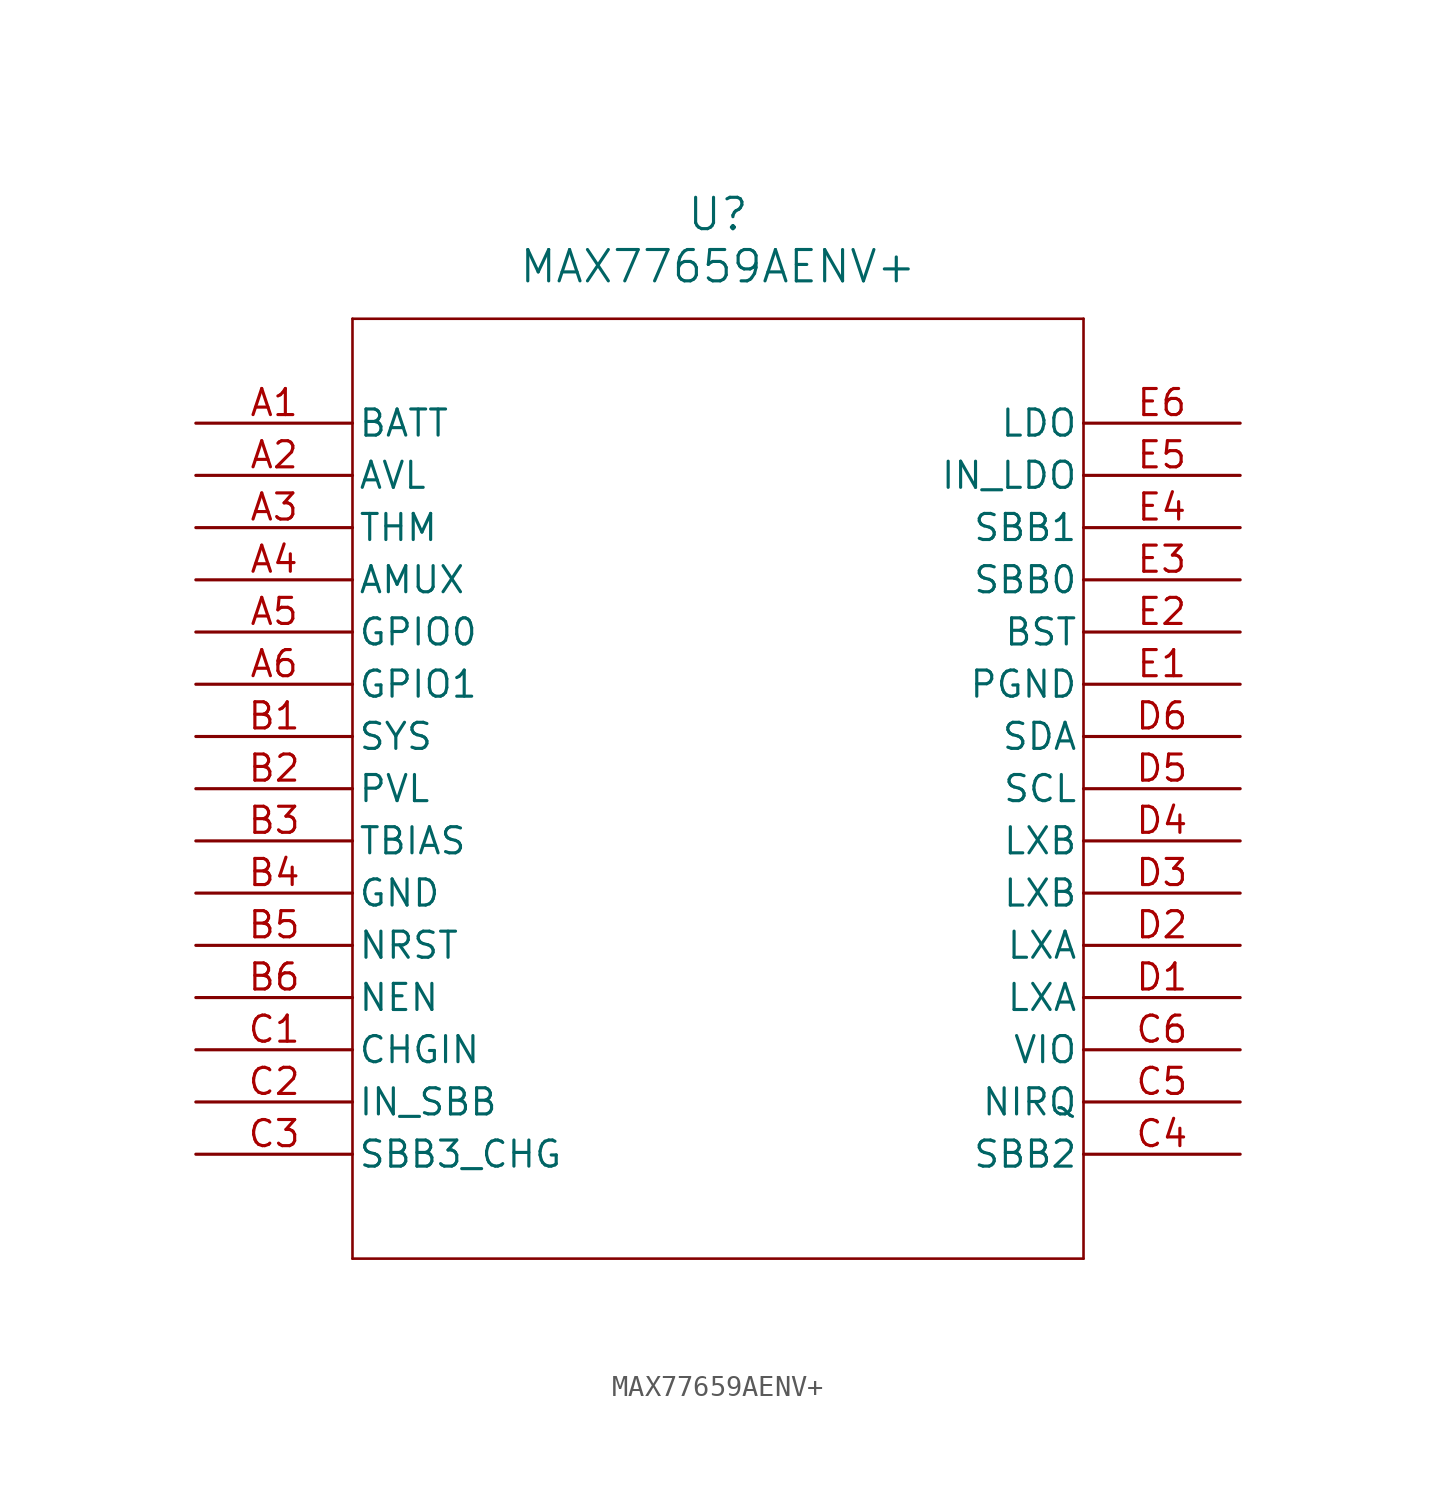
<source format=kicad_sym>
(kicad_symbol_lib
  (version 20211014)
  (generator kicad_symbol_editor)
  (symbol "MAX77659AENV+"
    (pin_names
      (offset 0.254))
    (property "Reference" "U"
      (at 25.4 10.16 0)
      (effects (font (size 1.524 1.524))))
    (property "Value" "MAX77659AENV+"
      (at 25.4 7.62 0)
      (effects (font (size 1.524 1.524))))
    (symbol "MAX77659AENV+_0_1"
      (polyline (pts (xy 7.62 5.08) (xy 7.62 -40.64)) (stroke (width 0.127) (type default) (color 0 0 0 0)) (fill (type none)))
      (polyline (pts (xy 7.62 -40.64) (xy 43.18 -40.64)) (stroke (width 0.127) (type default) (color 0 0 0 0)) (fill (type none)))
      (polyline (pts (xy 43.18 -40.64) (xy 43.18 5.08)) (stroke (width 0.127) (type default) (color 0 0 0 0)) (fill (type none)))
      (polyline (pts (xy 43.18 5.08) (xy 7.62 5.08)) (stroke (width 0.127) (type default) (color 0 0 0 0)) (fill (type none)))
      (pin power_in line (at 0 0 0) (length 7.62) (name "BATT" (effects (font (size 1.27 1.27)))) (number "A1" (effects (font (size 1.27 1.27)))))
      (pin power_in line (at 0 -2.54 0) (length 7.62) (name "AVL" (effects (font (size 1.27 1.27)))) (number "A2" (effects (font (size 1.27 1.27)))))
      (pin input line (at 0 -5.08 0) (length 7.62) (name "THM" (effects (font (size 1.27 1.27)))) (number "A3" (effects (font (size 1.27 1.27)))))
      (pin output line (at 0 -7.62 0) (length 7.62) (name "AMUX" (effects (font (size 1.27 1.27)))) (number "A4" (effects (font (size 1.27 1.27)))))
      (pin bidirectional line (at 0 -10.16 0) (length 7.62) (name "GPIO0" (effects (font (size 1.27 1.27)))) (number "A5" (effects (font (size 1.27 1.27)))))
      (pin bidirectional line (at 0 -12.7 0) (length 7.62) (name "GPIO1" (effects (font (size 1.27 1.27)))) (number "A6" (effects (font (size 1.27 1.27)))))
      (pin power_in line (at 0 -15.24 0) (length 7.62) (name "SYS" (effects (font (size 1.27 1.27)))) (number "B1" (effects (font (size 1.27 1.27)))))
      (pin power_in line (at 0 -17.78 0) (length 7.62) (name "PVL" (effects (font (size 1.27 1.27)))) (number "B2" (effects (font (size 1.27 1.27)))))
      (pin power_in line (at 0 -20.32 0) (length 7.62) (name "TBIAS" (effects (font (size 1.27 1.27)))) (number "B3" (effects (font (size 1.27 1.27)))))
      (pin power_out line (at 0 -22.86 0) (length 7.62) (name "GND" (effects (font (size 1.27 1.27)))) (number "B4" (effects (font (size 1.27 1.27)))))
      (pin output line (at 0 -25.4 0) (length 7.62) (name "NRST" (effects (font (size 1.27 1.27)))) (number "B5" (effects (font (size 1.27 1.27)))))
      (pin input line (at 0 -27.94 0) (length 7.62) (name "NEN" (effects (font (size 1.27 1.27)))) (number "B6" (effects (font (size 1.27 1.27)))))
      (pin power_in line (at 0 -30.48 0) (length 7.62) (name "CHGIN" (effects (font (size 1.27 1.27)))) (number "C1" (effects (font (size 1.27 1.27)))))
      (pin power_in line (at 0 -33.02 0) (length 7.62) (name "IN_SBB" (effects (font (size 1.27 1.27)))) (number "C2" (effects (font (size 1.27 1.27)))))
      (pin power_in line (at 0 -35.56 0) (length 7.62) (name "SBB3_CHG" (effects (font (size 1.27 1.27)))) (number "C3" (effects (font (size 1.27 1.27)))))
      (pin power_in line (at 50.8 -35.56 180) (length 7.62) (name "SBB2" (effects (font (size 1.27 1.27)))) (number "C4" (effects (font (size 1.27 1.27)))))
      (pin output line (at 50.8 -33.02 180) (length 7.62) (name "NIRQ" (effects (font (size 1.27 1.27)))) (number "C5" (effects (font (size 1.27 1.27)))))
      (pin power_in line (at 50.8 -30.48 180) (length 7.62) (name "VIO" (effects (font (size 1.27 1.27)))) (number "C6" (effects (font (size 1.27 1.27)))))
      (pin power_in line (at 50.8 -27.94 180) (length 7.62) (name "LXA" (effects (font (size 1.27 1.27)))) (number "D1" (effects (font (size 1.27 1.27)))))
      (pin power_in line (at 50.8 -25.4 180) (length 7.62) (name "LXA" (effects (font (size 1.27 1.27)))) (number "D2" (effects (font (size 1.27 1.27)))))
      (pin power_in line (at 50.8 -22.86 180) (length 7.62) (name "LXB" (effects (font (size 1.27 1.27)))) (number "D3" (effects (font (size 1.27 1.27)))))
      (pin power_in line (at 50.8 -20.32 180) (length 7.62) (name "LXB" (effects (font (size 1.27 1.27)))) (number "D4" (effects (font (size 1.27 1.27)))))
      (pin input line (at 50.8 -17.78 180) (length 7.62) (name "SCL" (effects (font (size 1.27 1.27)))) (number "D5" (effects (font (size 1.27 1.27)))))
      (pin bidirectional line (at 50.8 -15.24 180) (length 7.62) (name "SDA" (effects (font (size 1.27 1.27)))) (number "D6" (effects (font (size 1.27 1.27)))))
      (pin power_out line (at 50.8 -12.7 180) (length 7.62) (name "PGND" (effects (font (size 1.27 1.27)))) (number "E1" (effects (font (size 1.27 1.27)))))
      (pin power_in line (at 50.8 -10.16 180) (length 7.62) (name "BST" (effects (font (size 1.27 1.27)))) (number "E2" (effects (font (size 1.27 1.27)))))
      (pin power_in line (at 50.8 -7.62 180) (length 7.62) (name "SBB0" (effects (font (size 1.27 1.27)))) (number "E3" (effects (font (size 1.27 1.27)))))
      (pin power_in line (at 50.8 -5.08 180) (length 7.62) (name "SBB1" (effects (font (size 1.27 1.27)))) (number "E4" (effects (font (size 1.27 1.27)))))
      (pin power_in line (at 50.8 -2.54 180) (length 7.62) (name "IN_LDO" (effects (font (size 1.27 1.27)))) (number "E5" (effects (font (size 1.27 1.27)))))
      (pin power_in line (at 50.8 0 180) (length 7.62) (name "LDO" (effects (font (size 1.27 1.27)))) (number "E6" (effects (font (size 1.27 1.27))))))))
</source>
